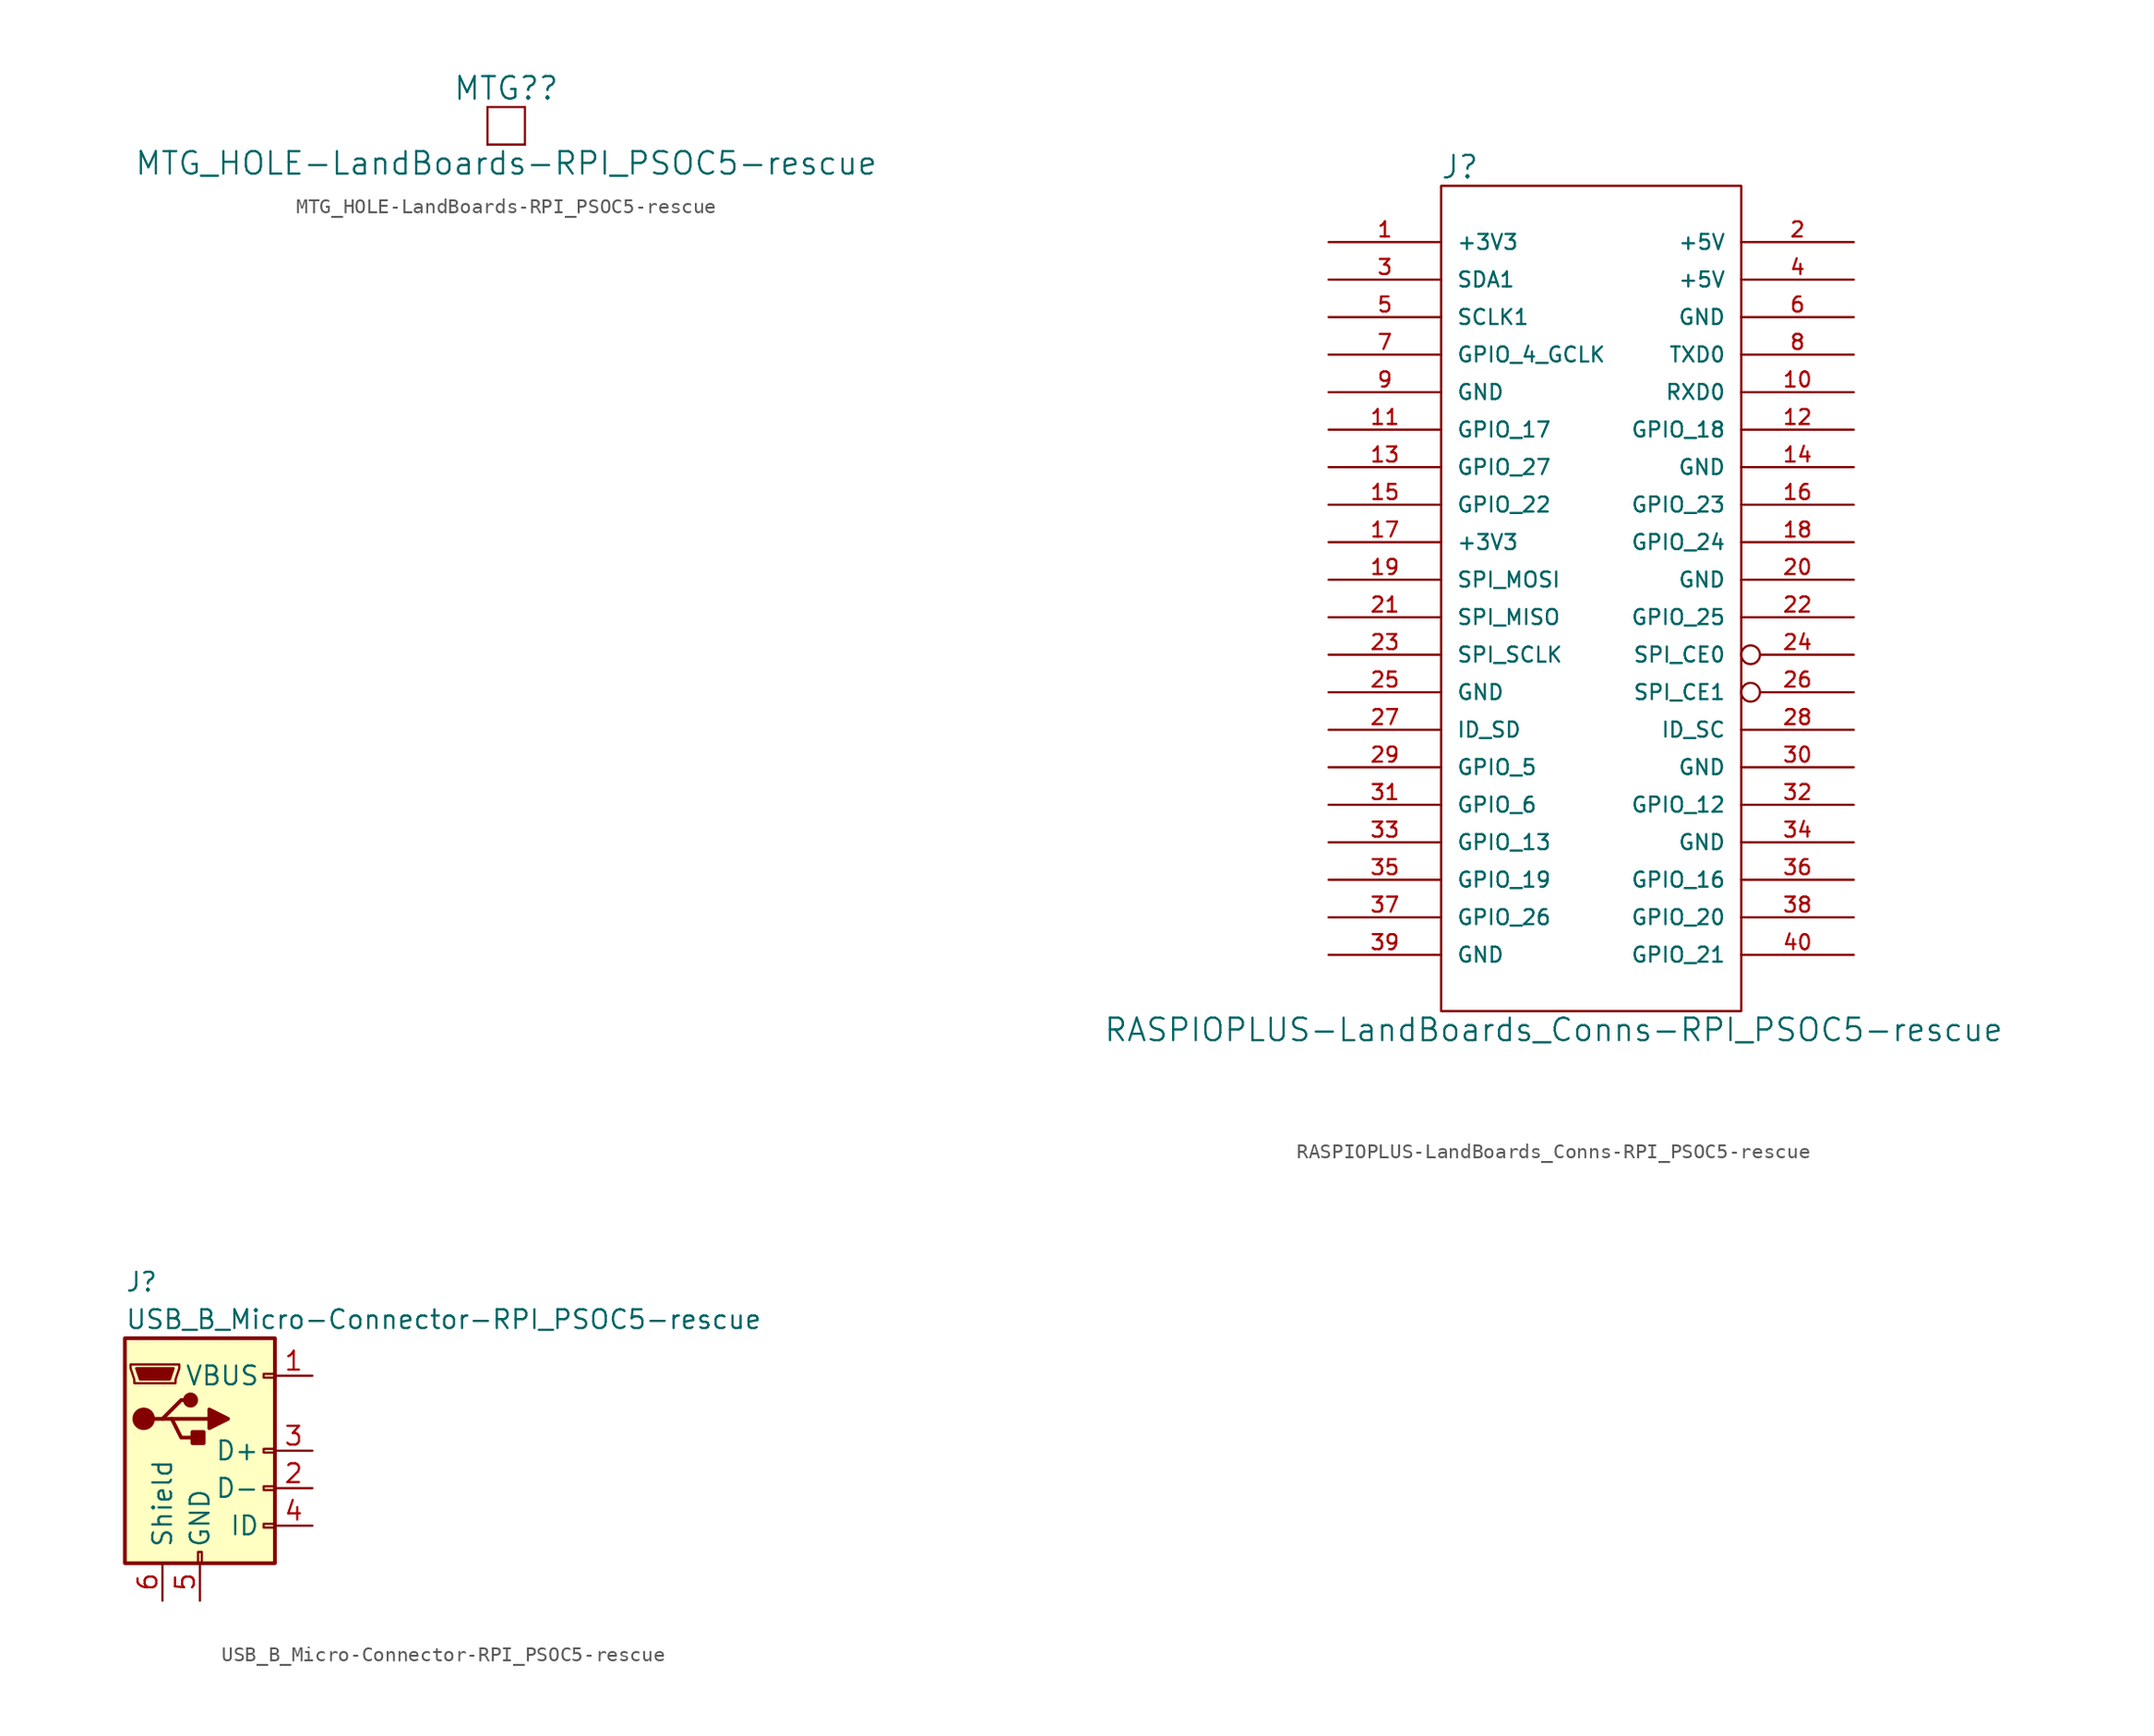
<source format=kicad_sym>
(kicad_symbol_lib
  (version 20220914)
  (generator kicad_symbol_editor)
  (symbol "MTG_HOLE-LandBoards-RPI_PSOC5-rescue"
    (pin_names
      (offset 1.016))
    (property "Reference" "MTG?"
      (at 0 2.54 0)
      (effects (font (size 1.524 1.524))))
    (property "Value" "MTG_HOLE-LandBoards-RPI_PSOC5-rescue"
      (at 0 -2.54 0)
      (effects (font (size 1.524 1.524))))
    (property "Footprint" ""
      (at 0 0 0)
      (effects (font (size 1.524 1.524))))
    (property "Datasheet" ""
      (at 0 0 0)
      (effects (font (size 1.524 1.524))))
    (symbol "MTG_HOLE-LandBoards-RPI_PSOC5-rescue_0_1"
      (rectangle (start -1.27 -1.27) (end 1.27 -1.27) (stroke (width 0) (type solid)) (fill (type none)))
      (rectangle (start -1.27 1.27) (end -1.27 -1.27) (stroke (width 0) (type solid)) (fill (type none)))
      (rectangle (start 1.27 1.27) (end -1.27 1.27) (stroke (width 0) (type solid)) (fill (type none)))
      (rectangle (start 1.27 1.27) (end 1.27 -1.27) (stroke (width 0) (type solid)) (fill (type none)))))
  (symbol "RASPIOPLUS-LandBoards_Conns-RPI_PSOC5-rescue"
    (pin_names
      (offset 1.016))
    (property "Reference" "J"
      (at -8.89 29.21 0)
      (effects (font (size 1.524 1.524))))
    (property "Value" "RASPIOPLUS-LandBoards_Conns-RPI_PSOC5-rescue"
      (at -2.54 -29.21 0)
      (effects (font (size 1.524 1.524))))
    (property "Footprint" ""
      (at 0 8.89 0)
      (effects (font (size 1.524 1.524))))
    (property "Datasheet" ""
      (at 0 8.89 0)
      (effects (font (size 1.524 1.524))))
    (symbol "RASPIOPLUS-LandBoards_Conns-RPI_PSOC5-rescue_0_1"
      (rectangle (start -10.16 27.94) (end 10.16 -27.94) (stroke (width 0) (type solid)) (fill (type none))))
    (symbol "RASPIOPLUS-LandBoards_Conns-RPI_PSOC5-rescue_1_1"
      (pin power_out line (at -17.78 24.13 0) (length 7.62) (name "+3V3" (effects (font (size 1.016 1.016)))) (number "1" (effects (font (size 1.016 1.016)))))
      (pin input line (at 17.78 13.97 180) (length 7.62) (name "RXD0" (effects (font (size 1.016 1.016)))) (number "10" (effects (font (size 1.016 1.016)))))
      (pin bidirectional line (at -17.78 11.43 0) (length 7.62) (name "GPIO_17" (effects (font (size 1.016 1.016)))) (number "11" (effects (font (size 1.016 1.016)))))
      (pin bidirectional line (at 17.78 11.43 180) (length 7.62) (name "GPIO_18" (effects (font (size 1.016 1.016)))) (number "12" (effects (font (size 1.016 1.016)))))
      (pin bidirectional line (at -17.78 8.89 0) (length 7.62) (name "GPIO_27" (effects (font (size 1.016 1.016)))) (number "13" (effects (font (size 1.016 1.016)))))
      (pin power_out line (at 17.78 8.89 180) (length 7.62) (name "GND" (effects (font (size 1.016 1.016)))) (number "14" (effects (font (size 1.016 1.016)))))
      (pin bidirectional line (at -17.78 6.35 0) (length 7.62) (name "GPIO_22" (effects (font (size 1.016 1.016)))) (number "15" (effects (font (size 1.016 1.016)))))
      (pin bidirectional line (at 17.78 6.35 180) (length 7.62) (name "GPIO_23" (effects (font (size 1.016 1.016)))) (number "16" (effects (font (size 1.016 1.016)))))
      (pin power_out line (at -17.78 3.81 0) (length 7.62) (name "+3V3" (effects (font (size 1.016 1.016)))) (number "17" (effects (font (size 1.016 1.016)))))
      (pin bidirectional line (at 17.78 3.81 180) (length 7.62) (name "GPIO_24" (effects (font (size 1.016 1.016)))) (number "18" (effects (font (size 1.016 1.016)))))
      (pin output line (at -17.78 1.27 0) (length 7.62) (name "SPI_MOSI" (effects (font (size 1.016 1.016)))) (number "19" (effects (font (size 1.016 1.016)))))
      (pin power_out line (at 17.78 24.13 180) (length 7.62) (name "+5V" (effects (font (size 1.016 1.016)))) (number "2" (effects (font (size 1.016 1.016)))))
      (pin power_out line (at 17.78 1.27 180) (length 7.62) (name "GND" (effects (font (size 1.016 1.016)))) (number "20" (effects (font (size 1.016 1.016)))))
      (pin input line (at -17.78 -1.27 0) (length 7.62) (name "SPI_MISO" (effects (font (size 1.016 1.016)))) (number "21" (effects (font (size 1.016 1.016)))))
      (pin output line (at 17.78 -1.27 180) (length 7.62) (name "GPIO_25" (effects (font (size 1.016 1.016)))) (number "22" (effects (font (size 1.016 1.016)))))
      (pin output line (at -17.78 -3.81 0) (length 7.62) (name "SPI_SCLK" (effects (font (size 1.016 1.016)))) (number "23" (effects (font (size 1.016 1.016)))))
      (pin output inverted (at 17.78 -3.81 180) (length 7.62) (name "SPI_CE0" (effects (font (size 1.016 1.016)))) (number "24" (effects (font (size 1.016 1.016)))))
      (pin power_out line (at -17.78 -6.35 0) (length 7.62) (name "GND" (effects (font (size 1.016 1.016)))) (number "25" (effects (font (size 1.016 1.016)))))
      (pin bidirectional inverted (at 17.78 -6.35 180) (length 7.62) (name "SPI_CE1" (effects (font (size 1.016 1.016)))) (number "26" (effects (font (size 1.016 1.016)))))
      (pin power_out line (at -17.78 -8.89 0) (length 7.62) (name "ID_SD" (effects (font (size 1.016 1.016)))) (number "27" (effects (font (size 1.016 1.016)))))
      (pin bidirectional line (at 17.78 -8.89 180) (length 7.62) (name "ID_SC" (effects (font (size 1.016 1.016)))) (number "28" (effects (font (size 1.016 1.016)))))
      (pin power_out line (at -17.78 -11.43 0) (length 7.62) (name "GPIO_5" (effects (font (size 1.016 1.016)))) (number "29" (effects (font (size 1.016 1.016)))))
      (pin bidirectional line (at -17.78 21.59 0) (length 7.62) (name "SDA1" (effects (font (size 1.016 1.016)))) (number "3" (effects (font (size 1.016 1.016)))))
      (pin power_out line (at 17.78 -11.43 180) (length 7.62) (name "GND" (effects (font (size 1.016 1.016)))) (number "30" (effects (font (size 1.016 1.016)))))
      (pin bidirectional line (at -17.78 -13.97 0) (length 7.62) (name "GPIO_6" (effects (font (size 1.016 1.016)))) (number "31" (effects (font (size 1.016 1.016)))))
      (pin bidirectional line (at 17.78 -13.97 180) (length 7.62) (name "GPIO_12" (effects (font (size 1.016 1.016)))) (number "32" (effects (font (size 1.016 1.016)))))
      (pin bidirectional line (at -17.78 -16.51 0) (length 7.62) (name "GPIO_13" (effects (font (size 1.016 1.016)))) (number "33" (effects (font (size 1.016 1.016)))))
      (pin power_out line (at 17.78 -16.51 180) (length 7.62) (name "GND" (effects (font (size 1.016 1.016)))) (number "34" (effects (font (size 1.016 1.016)))))
      (pin bidirectional line (at -17.78 -19.05 0) (length 7.62) (name "GPIO_19" (effects (font (size 1.016 1.016)))) (number "35" (effects (font (size 1.016 1.016)))))
      (pin bidirectional line (at 17.78 -19.05 180) (length 7.62) (name "GPIO_16" (effects (font (size 1.016 1.016)))) (number "36" (effects (font (size 1.016 1.016)))))
      (pin power_out line (at -17.78 -21.59 0) (length 7.62) (name "GPIO_26" (effects (font (size 1.016 1.016)))) (number "37" (effects (font (size 1.016 1.016)))))
      (pin bidirectional line (at 17.78 -21.59 180) (length 7.62) (name "GPIO_20" (effects (font (size 1.016 1.016)))) (number "38" (effects (font (size 1.016 1.016)))))
      (pin power_out line (at -17.78 -24.13 0) (length 7.62) (name "GND" (effects (font (size 1.016 1.016)))) (number "39" (effects (font (size 1.016 1.016)))))
      (pin power_out line (at 17.78 21.59 180) (length 7.62) (name "+5V" (effects (font (size 1.016 1.016)))) (number "4" (effects (font (size 1.016 1.016)))))
      (pin bidirectional line (at 17.78 -24.13 180) (length 7.62) (name "GPIO_21" (effects (font (size 1.016 1.016)))) (number "40" (effects (font (size 1.016 1.016)))))
      (pin output line (at -17.78 19.05 0) (length 7.62) (name "SCLK1" (effects (font (size 1.016 1.016)))) (number "5" (effects (font (size 1.016 1.016)))))
      (pin power_out line (at 17.78 19.05 180) (length 7.62) (name "GND" (effects (font (size 1.016 1.016)))) (number "6" (effects (font (size 1.016 1.016)))))
      (pin output line (at -17.78 16.51 0) (length 7.62) (name "GPIO_4_GCLK" (effects (font (size 1.016 1.016)))) (number "7" (effects (font (size 1.016 1.016)))))
      (pin output line (at 17.78 16.51 180) (length 7.62) (name "TXD0" (effects (font (size 1.016 1.016)))) (number "8" (effects (font (size 1.016 1.016)))))
      (pin power_out line (at -17.78 13.97 0) (length 7.62) (name "GND" (effects (font (size 1.016 1.016)))) (number "9" (effects (font (size 1.016 1.016)))))))
  (symbol "USB_B_Micro-Connector-RPI_PSOC5-rescue"
    (pin_names
      (offset 1.016))
    (property "Reference" "J"
      (at -5.08 11.43 0)
      (effects (font (size 1.27 1.27)) (justify left)))
    (property "Value" "USB_B_Micro-Connector-RPI_PSOC5-rescue"
      (at -5.08 8.89 0)
      (effects (font (size 1.27 1.27)) (justify left)))
    (symbol "USB_B_Micro-Connector-RPI_PSOC5-rescue_0_1"
      (rectangle (start -5.08 -7.62) (end 5.08 7.62) (stroke (width 0.254) (type solid)) (fill (type background)))
      (circle (center -3.81 2.159) (radius 0.635) (stroke (width 0.254) (type solid)) (fill (type outline)))
      (circle (center -0.635 3.429) (radius 0.381) (stroke (width 0.254) (type solid)) (fill (type outline)))
      (rectangle (start -0.127 -7.62) (end 0.127 -6.858) (stroke (width 0) (type solid)) (fill (type none)))
      (polyline (pts (xy -1.905 2.159) (xy 0.635 2.159)) (stroke (width 0.254) (type solid)) (fill (type none)))
      (polyline (pts (xy -3.175 2.159) (xy -2.54 2.159) (xy -1.27 3.429) (xy -0.635 3.429)) (stroke (width 0.254) (type solid)) (fill (type none)))
      (polyline (pts (xy -2.54 2.159) (xy -1.905 2.159) (xy -1.27 0.889) (xy 0 0.889)) (stroke (width 0.254) (type solid)) (fill (type none)))
      (polyline (pts (xy 0.635 2.794) (xy 0.635 1.524) (xy 1.905 2.159) (xy 0.635 2.794)) (stroke (width 0.254) (type solid)) (fill (type outline)))
      (polyline (pts (xy -4.318 5.588) (xy -1.778 5.588) (xy -2.032 4.826) (xy -4.064 4.826) (xy -4.318 5.588)) (stroke (width 0) (type solid)) (fill (type outline)))
      (polyline (pts (xy -4.699 5.842) (xy -4.699 5.588) (xy -4.445 4.826) (xy -4.445 4.572) (xy -1.651 4.572) (xy -1.651 4.826) (xy -1.397 5.588) (xy -1.397 5.842) (xy -4.699 5.842)) (stroke (width 0) (type solid)) (fill (type none)))
      (rectangle (start 0.254 1.27) (end -0.508 0.508) (stroke (width 0.254) (type solid)) (fill (type outline)))
      (rectangle (start 5.08 -5.207) (end 4.318 -4.953) (stroke (width 0) (type solid)) (fill (type none)))
      (rectangle (start 5.08 -2.667) (end 4.318 -2.413) (stroke (width 0) (type solid)) (fill (type none)))
      (rectangle (start 5.08 -0.127) (end 4.318 0.127) (stroke (width 0) (type solid)) (fill (type none)))
      (rectangle (start 5.08 4.953) (end 4.318 5.207) (stroke (width 0) (type solid)) (fill (type none))))
    (symbol "USB_B_Micro-Connector-RPI_PSOC5-rescue_1_1"
      (pin power_out line (at 7.62 5.08 180) (length 2.54) (name "VBUS" (effects (font (size 1.27 1.27)))) (number "1" (effects (font (size 1.27 1.27)))))
      (pin passive line (at 7.62 -2.54 180) (length 2.54) (name "D-" (effects (font (size 1.27 1.27)))) (number "2" (effects (font (size 1.27 1.27)))))
      (pin passive line (at 7.62 0 180) (length 2.54) (name "D+" (effects (font (size 1.27 1.27)))) (number "3" (effects (font (size 1.27 1.27)))))
      (pin passive line (at 7.62 -5.08 180) (length 2.54) (name "ID" (effects (font (size 1.27 1.27)))) (number "4" (effects (font (size 1.27 1.27)))))
      (pin power_out line (at 0 -10.16 90) (length 2.54) (name "GND" (effects (font (size 1.27 1.27)))) (number "5" (effects (font (size 1.27 1.27)))))
      (pin passive line (at -2.54 -10.16 90) (length 2.54) (name "Shield" (effects (font (size 1.27 1.27)))) (number "6" (effects (font (size 1.27 1.27))))))))
</source>
